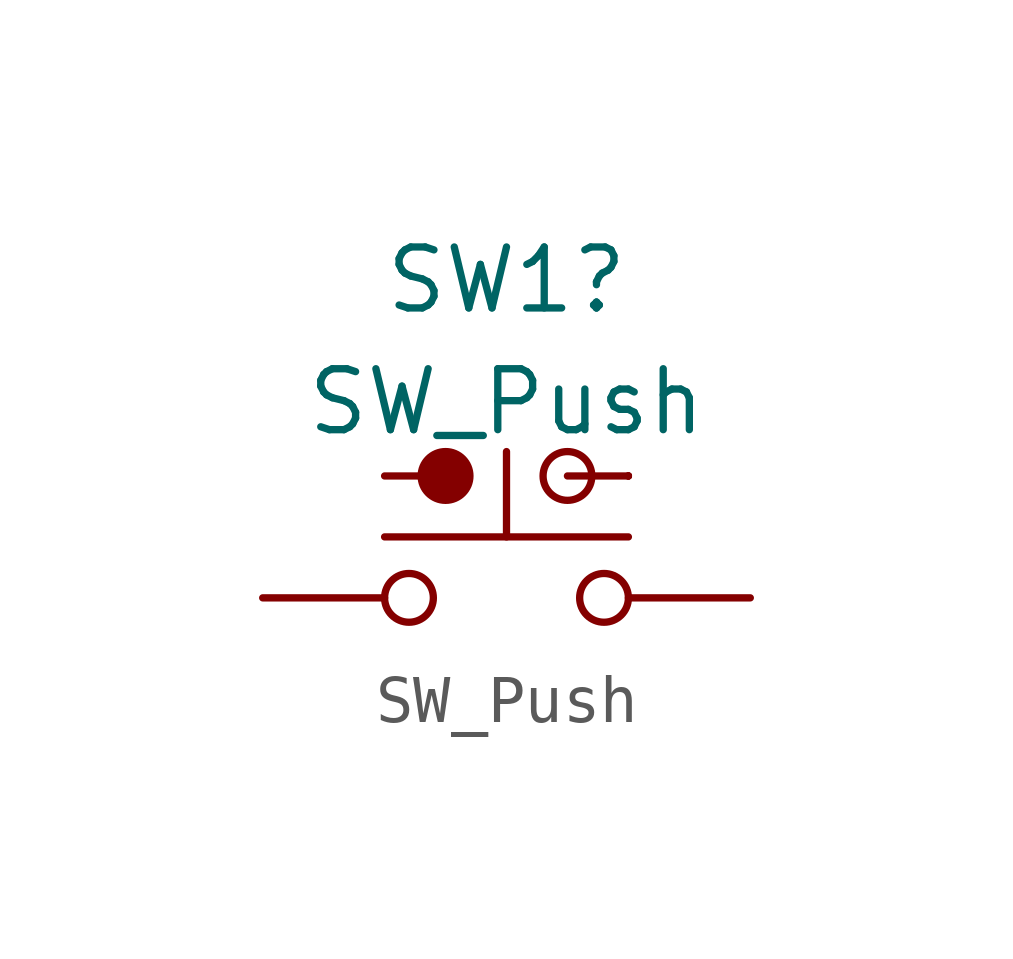
<source format=kicad_sym>
(kicad_symbol_lib
  (version 20211014)
  (generator kicad_symbol_editor)
  (symbol "SW_Push"
    (pin_numbers hide)
    (pin_names
      (offset 1.016) hide)
    (property "Reference" "SW1"
      (at 0 6.621 0)
      (effects (font (size 1.27 1.27))))
    (property "Value" "SW_Push"
      (at 0 4.084 0)
      (effects (font (size 1.27 1.27))))
    (symbol "SW_Push_0_1"
      (circle (center -2.032 0) (radius 0.508) (stroke (width 0) (type default) (color 0 0 0 0)) (fill (type none)))
      (circle (center -1.27 2.54) (radius 0.508) (stroke (width 0) (type default) (color 0 0 0 0)) (fill (type outline)))
      (polyline (pts (xy 0 1.27) (xy 0 3.048)) (stroke (width 0) (type default) (color 0 0 0 0)) (fill (type none)))
      (polyline (pts (xy 2.54 1.27) (xy -2.54 1.27)) (stroke (width 0) (type default) (color 0 0 0 0)) (fill (type none)))
      (circle (center 1.27 2.54) (radius 0.508) (stroke (width 0) (type default) (color 0 0 0 0)) (fill (type none)))
      (circle (center 2.032 0) (radius 0.508) (stroke (width 0) (type default) (color 0 0 0 0)) (fill (type none)))
      (rectangle (start 2.54 2.54) (end 2.54 2.54) (stroke (width 0) (type default) (color 0 0 0 0)) (fill (type none)))
      (rectangle (start 2.54 2.54) (end 2.54 2.54) (stroke (width 0) (type default) (color 0 0 0 0)) (fill (type none)))
      (rectangle (start 2.54 2.54) (end 2.54 2.54) (stroke (width 0) (type default) (color 0 0 0 0)) (fill (type none)))
      (pin passive line (at -5.08 0 0) (length 2.54) (name "1" (effects (font (size 1.27 1.27)))) (number "1" (effects (font (size 1.27 1.27)))))
      (pin passive line (at 5.08 0 180) (length 2.54) (name "2" (effects (font (size 1.27 1.27)))) (number "2" (effects (font (size 1.27 1.27))))))
    (symbol "SW_Push_1_1"
      (pin input line (at 2.54 2.54 180) (length 1.27) (name "+" (effects (font (size 0 0)))) (number "3" (effects (font (size 0 0)))))
      (pin passive line (at -2.54 2.54 0) (length 1.27) (name "-" (effects (font (size 0 0)))) (number "4" (effects (font (size 0 0))))))))
</source>
